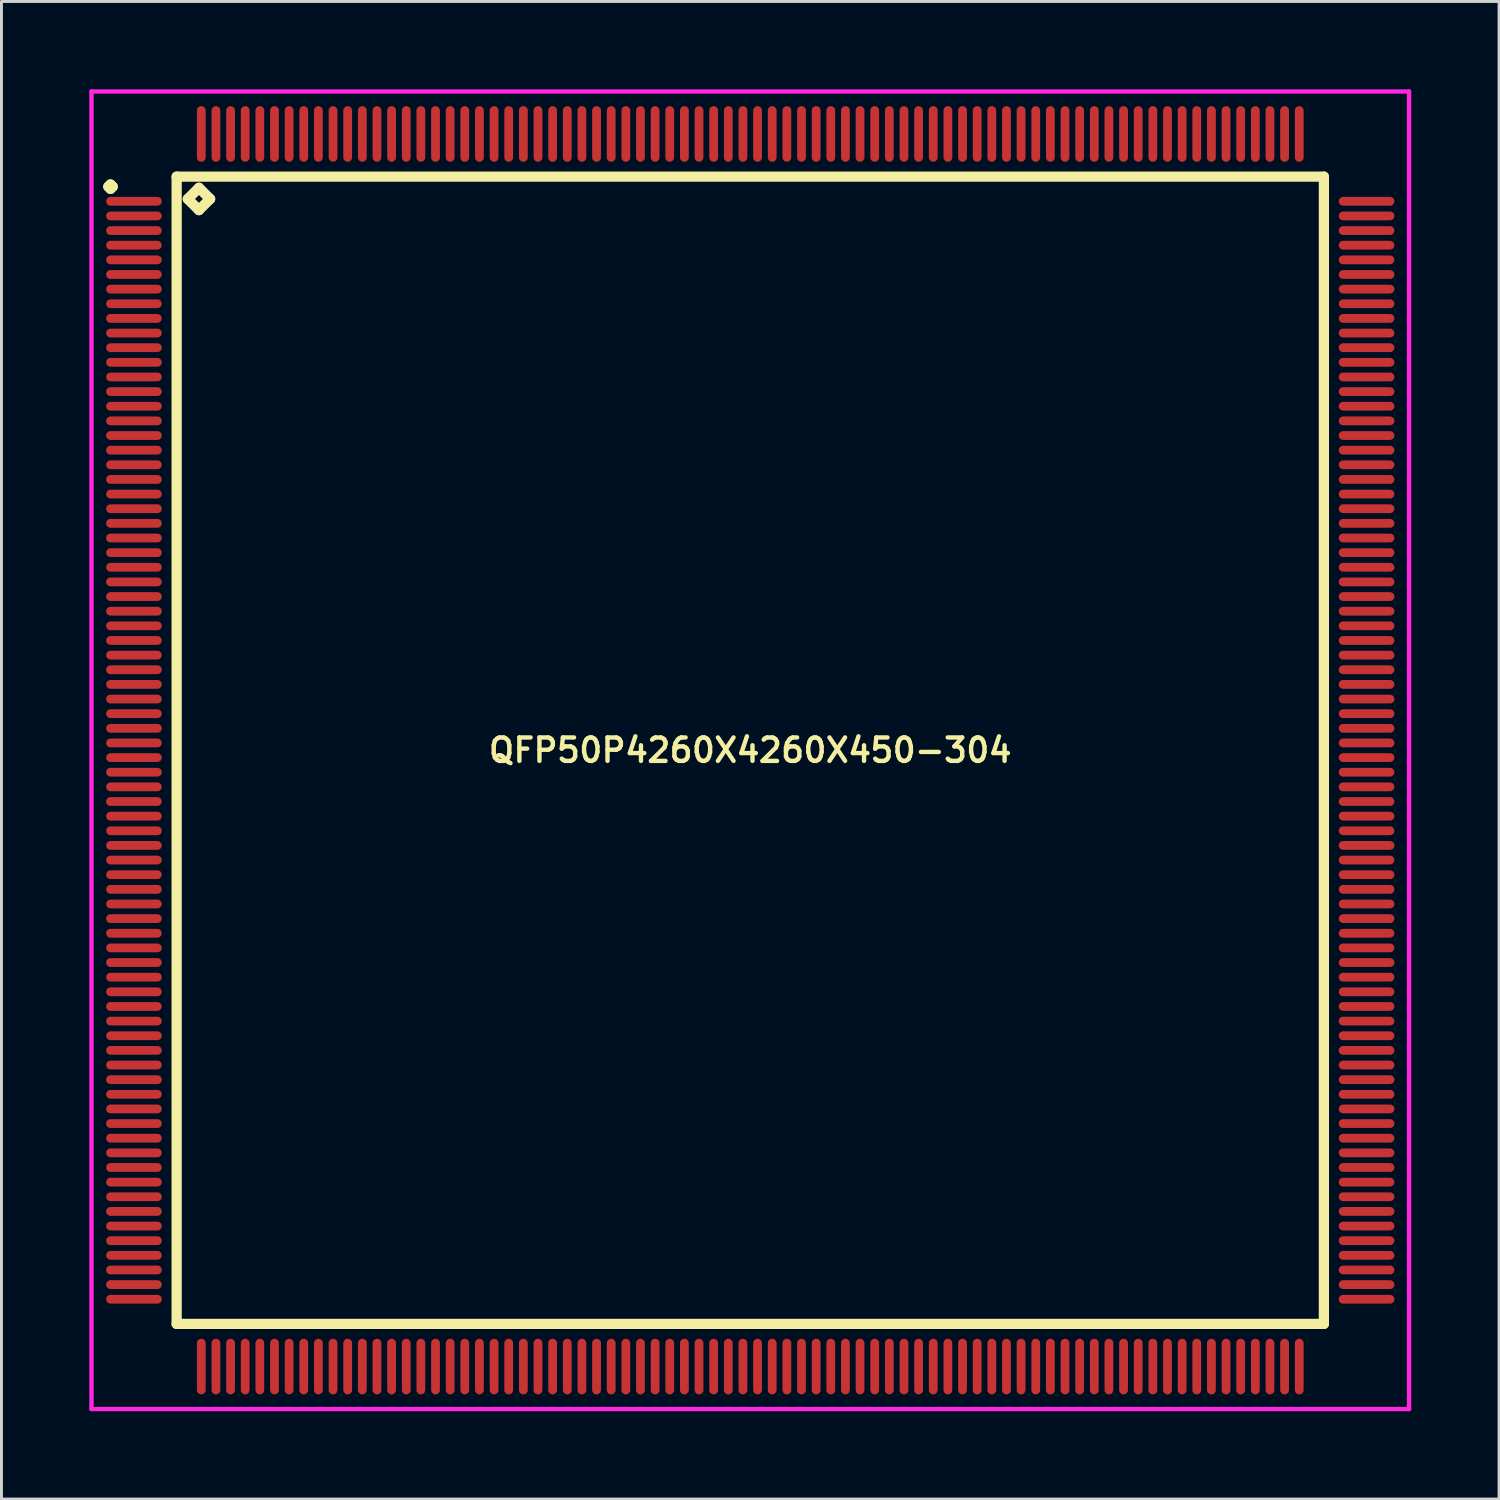
<source format=kicad_pcb>
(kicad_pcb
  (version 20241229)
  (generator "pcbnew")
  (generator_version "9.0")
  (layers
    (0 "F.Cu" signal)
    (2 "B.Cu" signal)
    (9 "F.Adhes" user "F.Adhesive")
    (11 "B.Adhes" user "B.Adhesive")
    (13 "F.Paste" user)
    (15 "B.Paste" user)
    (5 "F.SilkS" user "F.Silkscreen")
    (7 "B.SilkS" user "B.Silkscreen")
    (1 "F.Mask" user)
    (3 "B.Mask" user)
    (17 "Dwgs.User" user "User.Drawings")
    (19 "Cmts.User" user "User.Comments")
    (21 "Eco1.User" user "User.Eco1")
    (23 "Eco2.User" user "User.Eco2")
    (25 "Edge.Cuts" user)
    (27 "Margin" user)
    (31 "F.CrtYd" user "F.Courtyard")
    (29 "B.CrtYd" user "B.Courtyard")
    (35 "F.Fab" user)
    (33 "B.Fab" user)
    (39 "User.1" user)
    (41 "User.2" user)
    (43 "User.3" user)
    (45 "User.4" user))
  (footprint "QFP50P4260X4260X450-304"
    (layer "F.Cu")
    (at 22.575 22.575)
    (property "Reference" "QFP50P4260X4260X450-304" (at 0 0 0) (layer "F.SilkS") (effects (font (size 0.8 0.8) (thickness 0.15))))
    (attr through_hole)
    (fp_line (start -21.925 -19.25) (end -21.85 -19.325) (stroke (width 0.35) (type solid)) (layer "F.SilkS"))
    (fp_line (start -21.85 -19.325) (end -21.775 -19.25) (stroke (width 0.35) (type solid)) (layer "F.SilkS"))
    (fp_line (start -21.85 -19.175) (end -21.925 -19.25) (stroke (width 0.35) (type solid)) (layer "F.SilkS"))
    (fp_line (start -21.775 -19.25) (end -21.85 -19.175) (stroke (width 0.35) (type solid)) (layer "F.SilkS"))
    (fp_line (start -19.592 -19.592) (end -19.592 19.592) (stroke (width 0.35) (type solid)) (layer "F.SilkS"))
    (fp_line (start -19.592 19.592) (end 19.592 19.592) (stroke (width 0.35) (type solid)) (layer "F.SilkS"))
    (fp_line (start -19.211 -18.83) (end -18.83 -19.211) (stroke (width 0.35) (type solid)) (layer "F.SilkS"))
    (fp_line (start -18.83 -19.211) (end -18.449 -18.83) (stroke (width 0.35) (type solid)) (layer "F.SilkS"))
    (fp_line (start -18.83 -18.449) (end -19.211 -18.83) (stroke (width 0.35) (type solid)) (layer "F.SilkS"))
    (fp_line (start -18.449 -18.83) (end -18.83 -18.449) (stroke (width 0.35) (type solid)) (layer "F.SilkS"))
    (fp_line (start 19.592 -19.592) (end -19.592 -19.592) (stroke (width 0.35) (type solid)) (layer "F.SilkS"))
    (fp_line (start 19.592 19.592) (end 19.592 -19.592) (stroke (width 0.35) (type solid)) (layer "F.SilkS"))
    (fp_line (start -22.5 -22.5) (end 22.5 -22.5) (stroke (width 0.15) (type solid)) (layer "F.CrtYd"))
    (fp_line (start -22.5 22.5) (end -22.5 -22.5) (stroke (width 0.15) (type solid)) (layer "F.CrtYd"))
    (fp_line (start 22.5 -22.5) (end 22.5 22.5) (stroke (width 0.15) (type solid)) (layer "F.CrtYd"))
    (fp_line (start 22.5 22.5) (end -22.5 22.5) (stroke (width 0.15) (type solid)) (layer "F.CrtYd"))
    (pad "1" smd oval (at -21.05 -18.75) (size 1.9 0.3) (layers "F.Cu" "F.Mask" "F.Paste"))
    (pad "2" smd oval (at -21.05 -18.25) (size 1.9 0.3) (layers "F.Cu" "F.Mask" "F.Paste"))
    (pad "3" smd oval (at -21.05 -17.75) (size 1.9 0.3) (layers "F.Cu" "F.Mask" "F.Paste"))
    (pad "4" smd oval (at -21.05 -17.25) (size 1.9 0.3) (layers "F.Cu" "F.Mask" "F.Paste"))
    (pad "5" smd oval (at -21.05 -16.75) (size 1.9 0.3) (layers "F.Cu" "F.Mask" "F.Paste"))
    (pad "6" smd oval (at -21.05 -16.25) (size 1.9 0.3) (layers "F.Cu" "F.Mask" "F.Paste"))
    (pad "7" smd oval (at -21.05 -15.75) (size 1.9 0.3) (layers "F.Cu" "F.Mask" "F.Paste"))
    (pad "8" smd oval (at -21.05 -15.25) (size 1.9 0.3) (layers "F.Cu" "F.Mask" "F.Paste"))
    (pad "9" smd oval (at -21.05 -14.75) (size 1.9 0.3) (layers "F.Cu" "F.Mask" "F.Paste"))
    (pad "10" smd oval (at -21.05 -14.25) (size 1.9 0.3) (layers "F.Cu" "F.Mask" "F.Paste"))
    (pad "11" smd oval (at -21.05 -13.75) (size 1.9 0.3) (layers "F.Cu" "F.Mask" "F.Paste"))
    (pad "12" smd oval (at -21.05 -13.25) (size 1.9 0.3) (layers "F.Cu" "F.Mask" "F.Paste"))
    (pad "13" smd oval (at -21.05 -12.75) (size 1.9 0.3) (layers "F.Cu" "F.Mask" "F.Paste"))
    (pad "14" smd oval (at -21.05 -12.25) (size 1.9 0.3) (layers "F.Cu" "F.Mask" "F.Paste"))
    (pad "15" smd oval (at -21.05 -11.75) (size 1.9 0.3) (layers "F.Cu" "F.Mask" "F.Paste"))
    (pad "16" smd oval (at -21.05 -11.25) (size 1.9 0.3) (layers "F.Cu" "F.Mask" "F.Paste"))
    (pad "17" smd oval (at -21.05 -10.75) (size 1.9 0.3) (layers "F.Cu" "F.Mask" "F.Paste"))
    (pad "18" smd oval (at -21.05 -10.25) (size 1.9 0.3) (layers "F.Cu" "F.Mask" "F.Paste"))
    (pad "19" smd oval (at -21.05 -9.75) (size 1.9 0.3) (layers "F.Cu" "F.Mask" "F.Paste"))
    (pad "20" smd oval (at -21.05 -9.25) (size 1.9 0.3) (layers "F.Cu" "F.Mask" "F.Paste"))
    (pad "21" smd oval (at -21.05 -8.75) (size 1.9 0.3) (layers "F.Cu" "F.Mask" "F.Paste"))
    (pad "22" smd oval (at -21.05 -8.25) (size 1.9 0.3) (layers "F.Cu" "F.Mask" "F.Paste"))
    (pad "23" smd oval (at -21.05 -7.75) (size 1.9 0.3) (layers "F.Cu" "F.Mask" "F.Paste"))
    (pad "24" smd oval (at -21.05 -7.25) (size 1.9 0.3) (layers "F.Cu" "F.Mask" "F.Paste"))
    (pad "25" smd oval (at -21.05 -6.75) (size 1.9 0.3) (layers "F.Cu" "F.Mask" "F.Paste"))
    (pad "26" smd oval (at -21.05 -6.25) (size 1.9 0.3) (layers "F.Cu" "F.Mask" "F.Paste"))
    (pad "27" smd oval (at -21.05 -5.75) (size 1.9 0.3) (layers "F.Cu" "F.Mask" "F.Paste"))
    (pad "28" smd oval (at -21.05 -5.25) (size 1.9 0.3) (layers "F.Cu" "F.Mask" "F.Paste"))
    (pad "29" smd oval (at -21.05 -4.75) (size 1.9 0.3) (layers "F.Cu" "F.Mask" "F.Paste"))
    (pad "30" smd oval (at -21.05 -4.25) (size 1.9 0.3) (layers "F.Cu" "F.Mask" "F.Paste"))
    (pad "31" smd oval (at -21.05 -3.75) (size 1.9 0.3) (layers "F.Cu" "F.Mask" "F.Paste"))
    (pad "32" smd oval (at -21.05 -3.25) (size 1.9 0.3) (layers "F.Cu" "F.Mask" "F.Paste"))
    (pad "33" smd oval (at -21.05 -2.75) (size 1.9 0.3) (layers "F.Cu" "F.Mask" "F.Paste"))
    (pad "34" smd oval (at -21.05 -2.25) (size 1.9 0.3) (layers "F.Cu" "F.Mask" "F.Paste"))
    (pad "35" smd oval (at -21.05 -1.75) (size 1.9 0.3) (layers "F.Cu" "F.Mask" "F.Paste"))
    (pad "36" smd oval (at -21.05 -1.25) (size 1.9 0.3) (layers "F.Cu" "F.Mask" "F.Paste"))
    (pad "37" smd oval (at -21.05 -0.75) (size 1.9 0.3) (layers "F.Cu" "F.Mask" "F.Paste"))
    (pad "38" smd oval (at -21.05 -0.25) (size 1.9 0.3) (layers "F.Cu" "F.Mask" "F.Paste"))
    (pad "39" smd oval (at -21.05 0.25) (size 1.9 0.3) (layers "F.Cu" "F.Mask" "F.Paste"))
    (pad "40" smd oval (at -21.05 0.75) (size 1.9 0.3) (layers "F.Cu" "F.Mask" "F.Paste"))
    (pad "41" smd oval (at -21.05 1.25) (size 1.9 0.3) (layers "F.Cu" "F.Mask" "F.Paste"))
    (pad "42" smd oval (at -21.05 1.75) (size 1.9 0.3) (layers "F.Cu" "F.Mask" "F.Paste"))
    (pad "43" smd oval (at -21.05 2.25) (size 1.9 0.3) (layers "F.Cu" "F.Mask" "F.Paste"))
    (pad "44" smd oval (at -21.05 2.75) (size 1.9 0.3) (layers "F.Cu" "F.Mask" "F.Paste"))
    (pad "45" smd oval (at -21.05 3.25) (size 1.9 0.3) (layers "F.Cu" "F.Mask" "F.Paste"))
    (pad "46" smd oval (at -21.05 3.75) (size 1.9 0.3) (layers "F.Cu" "F.Mask" "F.Paste"))
    (pad "47" smd oval (at -21.05 4.25) (size 1.9 0.3) (layers "F.Cu" "F.Mask" "F.Paste"))
    (pad "48" smd oval (at -21.05 4.75) (size 1.9 0.3) (layers "F.Cu" "F.Mask" "F.Paste"))
    (pad "49" smd oval (at -21.05 5.25) (size 1.9 0.3) (layers "F.Cu" "F.Mask" "F.Paste"))
    (pad "50" smd oval (at -21.05 5.75) (size 1.9 0.3) (layers "F.Cu" "F.Mask" "F.Paste"))
    (pad "51" smd oval (at -21.05 6.25) (size 1.9 0.3) (layers "F.Cu" "F.Mask" "F.Paste"))
    (pad "52" smd oval (at -21.05 6.75) (size 1.9 0.3) (layers "F.Cu" "F.Mask" "F.Paste"))
    (pad "53" smd oval (at -21.05 7.25) (size 1.9 0.3) (layers "F.Cu" "F.Mask" "F.Paste"))
    (pad "54" smd oval (at -21.05 7.75) (size 1.9 0.3) (layers "F.Cu" "F.Mask" "F.Paste"))
    (pad "55" smd oval (at -21.05 8.25) (size 1.9 0.3) (layers "F.Cu" "F.Mask" "F.Paste"))
    (pad "56" smd oval (at -21.05 8.75) (size 1.9 0.3) (layers "F.Cu" "F.Mask" "F.Paste"))
    (pad "57" smd oval (at -21.05 9.25) (size 1.9 0.3) (layers "F.Cu" "F.Mask" "F.Paste"))
    (pad "58" smd oval (at -21.05 9.75) (size 1.9 0.3) (layers "F.Cu" "F.Mask" "F.Paste"))
    (pad "59" smd oval (at -21.05 10.25) (size 1.9 0.3) (layers "F.Cu" "F.Mask" "F.Paste"))
    (pad "60" smd oval (at -21.05 10.75) (size 1.9 0.3) (layers "F.Cu" "F.Mask" "F.Paste"))
    (pad "61" smd oval (at -21.05 11.25) (size 1.9 0.3) (layers "F.Cu" "F.Mask" "F.Paste"))
    (pad "62" smd oval (at -21.05 11.75) (size 1.9 0.3) (layers "F.Cu" "F.Mask" "F.Paste"))
    (pad "63" smd oval (at -21.05 12.25) (size 1.9 0.3) (layers "F.Cu" "F.Mask" "F.Paste"))
    (pad "64" smd oval (at -21.05 12.75) (size 1.9 0.3) (layers "F.Cu" "F.Mask" "F.Paste"))
    (pad "65" smd oval (at -21.05 13.25) (size 1.9 0.3) (layers "F.Cu" "F.Mask" "F.Paste"))
    (pad "66" smd oval (at -21.05 13.75) (size 1.9 0.3) (layers "F.Cu" "F.Mask" "F.Paste"))
    (pad "67" smd oval (at -21.05 14.25) (size 1.9 0.3) (layers "F.Cu" "F.Mask" "F.Paste"))
    (pad "68" smd oval (at -21.05 14.75) (size 1.9 0.3) (layers "F.Cu" "F.Mask" "F.Paste"))
    (pad "69" smd oval (at -21.05 15.25) (size 1.9 0.3) (layers "F.Cu" "F.Mask" "F.Paste"))
    (pad "70" smd oval (at -21.05 15.75) (size 1.9 0.3) (layers "F.Cu" "F.Mask" "F.Paste"))
    (pad "71" smd oval (at -21.05 16.25) (size 1.9 0.3) (layers "F.Cu" "F.Mask" "F.Paste"))
    (pad "72" smd oval (at -21.05 16.75) (size 1.9 0.3) (layers "F.Cu" "F.Mask" "F.Paste"))
    (pad "73" smd oval (at -21.05 17.25) (size 1.9 0.3) (layers "F.Cu" "F.Mask" "F.Paste"))
    (pad "74" smd oval (at -21.05 17.75) (size 1.9 0.3) (layers "F.Cu" "F.Mask" "F.Paste"))
    (pad "75" smd oval (at -21.05 18.25) (size 1.9 0.3) (layers "F.Cu" "F.Mask" "F.Paste"))
    (pad "76" smd oval (at -21.05 18.75) (size 1.9 0.3) (layers "F.Cu" "F.Mask" "F.Paste"))
    (pad "77" smd oval (at -18.75 21.05) (size 0.3 1.9) (layers "F.Cu" "F.Mask" "F.Paste"))
    (pad "78" smd oval (at -18.25 21.05) (size 0.3 1.9) (layers "F.Cu" "F.Mask" "F.Paste"))
    (pad "79" smd oval (at -17.75 21.05) (size 0.3 1.9) (layers "F.Cu" "F.Mask" "F.Paste"))
    (pad "80" smd oval (at -17.25 21.05) (size 0.3 1.9) (layers "F.Cu" "F.Mask" "F.Paste"))
    (pad "81" smd oval (at -16.75 21.05) (size 0.3 1.9) (layers "F.Cu" "F.Mask" "F.Paste"))
    (pad "82" smd oval (at -16.25 21.05) (size 0.3 1.9) (layers "F.Cu" "F.Mask" "F.Paste"))
    (pad "83" smd oval (at -15.75 21.05) (size 0.3 1.9) (layers "F.Cu" "F.Mask" "F.Paste"))
    (pad "84" smd oval (at -15.25 21.05) (size 0.3 1.9) (layers "F.Cu" "F.Mask" "F.Paste"))
    (pad "85" smd oval (at -14.75 21.05) (size 0.3 1.9) (layers "F.Cu" "F.Mask" "F.Paste"))
    (pad "86" smd oval (at -14.25 21.05) (size 0.3 1.9) (layers "F.Cu" "F.Mask" "F.Paste"))
    (pad "87" smd oval (at -13.75 21.05) (size 0.3 1.9) (layers "F.Cu" "F.Mask" "F.Paste"))
    (pad "88" smd oval (at -13.25 21.05) (size 0.3 1.9) (layers "F.Cu" "F.Mask" "F.Paste"))
    (pad "89" smd oval (at -12.75 21.05) (size 0.3 1.9) (layers "F.Cu" "F.Mask" "F.Paste"))
    (pad "90" smd oval (at -12.25 21.05) (size 0.3 1.9) (layers "F.Cu" "F.Mask" "F.Paste"))
    (pad "91" smd oval (at -11.75 21.05) (size 0.3 1.9) (layers "F.Cu" "F.Mask" "F.Paste"))
    (pad "92" smd oval (at -11.25 21.05) (size 0.3 1.9) (layers "F.Cu" "F.Mask" "F.Paste"))
    (pad "93" smd oval (at -10.75 21.05) (size 0.3 1.9) (layers "F.Cu" "F.Mask" "F.Paste"))
    (pad "94" smd oval (at -10.25 21.05) (size 0.3 1.9) (layers "F.Cu" "F.Mask" "F.Paste"))
    (pad "95" smd oval (at -9.75 21.05) (size 0.3 1.9) (layers "F.Cu" "F.Mask" "F.Paste"))
    (pad "96" smd oval (at -9.25 21.05) (size 0.3 1.9) (layers "F.Cu" "F.Mask" "F.Paste"))
    (pad "97" smd oval (at -8.75 21.05) (size 0.3 1.9) (layers "F.Cu" "F.Mask" "F.Paste"))
    (pad "98" smd oval (at -8.25 21.05) (size 0.3 1.9) (layers "F.Cu" "F.Mask" "F.Paste"))
    (pad "99" smd oval (at -7.75 21.05) (size 0.3 1.9) (layers "F.Cu" "F.Mask" "F.Paste"))
    (pad "100" smd oval (at -7.25 21.05) (size 0.3 1.9) (layers "F.Cu" "F.Mask" "F.Paste"))
    (pad "101" smd oval (at -6.75 21.05) (size 0.3 1.9) (layers "F.Cu" "F.Mask" "F.Paste"))
    (pad "102" smd oval (at -6.25 21.05) (size 0.3 1.9) (layers "F.Cu" "F.Mask" "F.Paste"))
    (pad "103" smd oval (at -5.75 21.05) (size 0.3 1.9) (layers "F.Cu" "F.Mask" "F.Paste"))
    (pad "104" smd oval (at -5.25 21.05) (size 0.3 1.9) (layers "F.Cu" "F.Mask" "F.Paste"))
    (pad "105" smd oval (at -4.75 21.05) (size 0.3 1.9) (layers "F.Cu" "F.Mask" "F.Paste"))
    (pad "106" smd oval (at -4.25 21.05) (size 0.3 1.9) (layers "F.Cu" "F.Mask" "F.Paste"))
    (pad "107" smd oval (at -3.75 21.05) (size 0.3 1.9) (layers "F.Cu" "F.Mask" "F.Paste"))
    (pad "108" smd oval (at -3.25 21.05) (size 0.3 1.9) (layers "F.Cu" "F.Mask" "F.Paste"))
    (pad "109" smd oval (at -2.75 21.05) (size 0.3 1.9) (layers "F.Cu" "F.Mask" "F.Paste"))
    (pad "110" smd oval (at -2.25 21.05) (size 0.3 1.9) (layers "F.Cu" "F.Mask" "F.Paste"))
    (pad "111" smd oval (at -1.75 21.05) (size 0.3 1.9) (layers "F.Cu" "F.Mask" "F.Paste"))
    (pad "112" smd oval (at -1.25 21.05) (size 0.3 1.9) (layers "F.Cu" "F.Mask" "F.Paste"))
    (pad "113" smd oval (at -0.75 21.05) (size 0.3 1.9) (layers "F.Cu" "F.Mask" "F.Paste"))
    (pad "114" smd oval (at -0.25 21.05) (size 0.3 1.9) (layers "F.Cu" "F.Mask" "F.Paste"))
    (pad "115" smd oval (at 0.25 21.05) (size 0.3 1.9) (layers "F.Cu" "F.Mask" "F.Paste"))
    (pad "116" smd oval (at 0.75 21.05) (size 0.3 1.9) (layers "F.Cu" "F.Mask" "F.Paste"))
    (pad "117" smd oval (at 1.25 21.05) (size 0.3 1.9) (layers "F.Cu" "F.Mask" "F.Paste"))
    (pad "118" smd oval (at 1.75 21.05) (size 0.3 1.9) (layers "F.Cu" "F.Mask" "F.Paste"))
    (pad "119" smd oval (at 2.25 21.05) (size 0.3 1.9) (layers "F.Cu" "F.Mask" "F.Paste"))
    (pad "120" smd oval (at 2.75 21.05) (size 0.3 1.9) (layers "F.Cu" "F.Mask" "F.Paste"))
    (pad "121" smd oval (at 3.25 21.05) (size 0.3 1.9) (layers "F.Cu" "F.Mask" "F.Paste"))
    (pad "122" smd oval (at 3.75 21.05) (size 0.3 1.9) (layers "F.Cu" "F.Mask" "F.Paste"))
    (pad "123" smd oval (at 4.25 21.05) (size 0.3 1.9) (layers "F.Cu" "F.Mask" "F.Paste"))
    (pad "124" smd oval (at 4.75 21.05) (size 0.3 1.9) (layers "F.Cu" "F.Mask" "F.Paste"))
    (pad "125" smd oval (at 5.25 21.05) (size 0.3 1.9) (layers "F.Cu" "F.Mask" "F.Paste"))
    (pad "126" smd oval (at 5.75 21.05) (size 0.3 1.9) (layers "F.Cu" "F.Mask" "F.Paste"))
    (pad "127" smd oval (at 6.25 21.05) (size 0.3 1.9) (layers "F.Cu" "F.Mask" "F.Paste"))
    (pad "128" smd oval (at 6.75 21.05) (size 0.3 1.9) (layers "F.Cu" "F.Mask" "F.Paste"))
    (pad "129" smd oval (at 7.25 21.05) (size 0.3 1.9) (layers "F.Cu" "F.Mask" "F.Paste"))
    (pad "130" smd oval (at 7.75 21.05) (size 0.3 1.9) (layers "F.Cu" "F.Mask" "F.Paste"))
    (pad "131" smd oval (at 8.25 21.05) (size 0.3 1.9) (layers "F.Cu" "F.Mask" "F.Paste"))
    (pad "132" smd oval (at 8.75 21.05) (size 0.3 1.9) (layers "F.Cu" "F.Mask" "F.Paste"))
    (pad "133" smd oval (at 9.25 21.05) (size 0.3 1.9) (layers "F.Cu" "F.Mask" "F.Paste"))
    (pad "134" smd oval (at 9.75 21.05) (size 0.3 1.9) (layers "F.Cu" "F.Mask" "F.Paste"))
    (pad "135" smd oval (at 10.25 21.05) (size 0.3 1.9) (layers "F.Cu" "F.Mask" "F.Paste"))
    (pad "136" smd oval (at 10.75 21.05) (size 0.3 1.9) (layers "F.Cu" "F.Mask" "F.Paste"))
    (pad "137" smd oval (at 11.25 21.05) (size 0.3 1.9) (layers "F.Cu" "F.Mask" "F.Paste"))
    (pad "138" smd oval (at 11.75 21.05) (size 0.3 1.9) (layers "F.Cu" "F.Mask" "F.Paste"))
    (pad "139" smd oval (at 12.25 21.05) (size 0.3 1.9) (layers "F.Cu" "F.Mask" "F.Paste"))
    (pad "140" smd oval (at 12.75 21.05) (size 0.3 1.9) (layers "F.Cu" "F.Mask" "F.Paste"))
    (pad "141" smd oval (at 13.25 21.05) (size 0.3 1.9) (layers "F.Cu" "F.Mask" "F.Paste"))
    (pad "142" smd oval (at 13.75 21.05) (size 0.3 1.9) (layers "F.Cu" "F.Mask" "F.Paste"))
    (pad "143" smd oval (at 14.25 21.05) (size 0.3 1.9) (layers "F.Cu" "F.Mask" "F.Paste"))
    (pad "144" smd oval (at 14.75 21.05) (size 0.3 1.9) (layers "F.Cu" "F.Mask" "F.Paste"))
    (pad "145" smd oval (at 15.25 21.05) (size 0.3 1.9) (layers "F.Cu" "F.Mask" "F.Paste"))
    (pad "146" smd oval (at 15.75 21.05) (size 0.3 1.9) (layers "F.Cu" "F.Mask" "F.Paste"))
    (pad "147" smd oval (at 16.25 21.05) (size 0.3 1.9) (layers "F.Cu" "F.Mask" "F.Paste"))
    (pad "148" smd oval (at 16.75 21.05) (size 0.3 1.9) (layers "F.Cu" "F.Mask" "F.Paste"))
    (pad "149" smd oval (at 17.25 21.05) (size 0.3 1.9) (layers "F.Cu" "F.Mask" "F.Paste"))
    (pad "150" smd oval (at 17.75 21.05) (size 0.3 1.9) (layers "F.Cu" "F.Mask" "F.Paste"))
    (pad "151" smd oval (at 18.25 21.05) (size 0.3 1.9) (layers "F.Cu" "F.Mask" "F.Paste"))
    (pad "152" smd oval (at 18.75 21.05) (size 0.3 1.9) (layers "F.Cu" "F.Mask" "F.Paste"))
    (pad "153" smd oval (at 21.05 18.75) (size 1.9 0.3) (layers "F.Cu" "F.Mask" "F.Paste"))
    (pad "154" smd oval (at 21.05 18.25) (size 1.9 0.3) (layers "F.Cu" "F.Mask" "F.Paste"))
    (pad "155" smd oval (at 21.05 17.75) (size 1.9 0.3) (layers "F.Cu" "F.Mask" "F.Paste"))
    (pad "156" smd oval (at 21.05 17.25) (size 1.9 0.3) (layers "F.Cu" "F.Mask" "F.Paste"))
    (pad "157" smd oval (at 21.05 16.75) (size 1.9 0.3) (layers "F.Cu" "F.Mask" "F.Paste"))
    (pad "158" smd oval (at 21.05 16.25) (size 1.9 0.3) (layers "F.Cu" "F.Mask" "F.Paste"))
    (pad "159" smd oval (at 21.05 15.75) (size 1.9 0.3) (layers "F.Cu" "F.Mask" "F.Paste"))
    (pad "160" smd oval (at 21.05 15.25) (size 1.9 0.3) (layers "F.Cu" "F.Mask" "F.Paste"))
    (pad "161" smd oval (at 21.05 14.75) (size 1.9 0.3) (layers "F.Cu" "F.Mask" "F.Paste"))
    (pad "162" smd oval (at 21.05 14.25) (size 1.9 0.3) (layers "F.Cu" "F.Mask" "F.Paste"))
    (pad "163" smd oval (at 21.05 13.75) (size 1.9 0.3) (layers "F.Cu" "F.Mask" "F.Paste"))
    (pad "164" smd oval (at 21.05 13.25) (size 1.9 0.3) (layers "F.Cu" "F.Mask" "F.Paste"))
    (pad "165" smd oval (at 21.05 12.75) (size 1.9 0.3) (layers "F.Cu" "F.Mask" "F.Paste"))
    (pad "166" smd oval (at 21.05 12.25) (size 1.9 0.3) (layers "F.Cu" "F.Mask" "F.Paste"))
    (pad "167" smd oval (at 21.05 11.75) (size 1.9 0.3) (layers "F.Cu" "F.Mask" "F.Paste"))
    (pad "168" smd oval (at 21.05 11.25) (size 1.9 0.3) (layers "F.Cu" "F.Mask" "F.Paste"))
    (pad "169" smd oval (at 21.05 10.75) (size 1.9 0.3) (layers "F.Cu" "F.Mask" "F.Paste"))
    (pad "170" smd oval (at 21.05 10.25) (size 1.9 0.3) (layers "F.Cu" "F.Mask" "F.Paste"))
    (pad "171" smd oval (at 21.05 9.75) (size 1.9 0.3) (layers "F.Cu" "F.Mask" "F.Paste"))
    (pad "172" smd oval (at 21.05 9.25) (size 1.9 0.3) (layers "F.Cu" "F.Mask" "F.Paste"))
    (pad "173" smd oval (at 21.05 8.75) (size 1.9 0.3) (layers "F.Cu" "F.Mask" "F.Paste"))
    (pad "174" smd oval (at 21.05 8.25) (size 1.9 0.3) (layers "F.Cu" "F.Mask" "F.Paste"))
    (pad "175" smd oval (at 21.05 7.75) (size 1.9 0.3) (layers "F.Cu" "F.Mask" "F.Paste"))
    (pad "176" smd oval (at 21.05 7.25) (size 1.9 0.3) (layers "F.Cu" "F.Mask" "F.Paste"))
    (pad "177" smd oval (at 21.05 6.75) (size 1.9 0.3) (layers "F.Cu" "F.Mask" "F.Paste"))
    (pad "178" smd oval (at 21.05 6.25) (size 1.9 0.3) (layers "F.Cu" "F.Mask" "F.Paste"))
    (pad "179" smd oval (at 21.05 5.75) (size 1.9 0.3) (layers "F.Cu" "F.Mask" "F.Paste"))
    (pad "180" smd oval (at 21.05 5.25) (size 1.9 0.3) (layers "F.Cu" "F.Mask" "F.Paste"))
    (pad "181" smd oval (at 21.05 4.75) (size 1.9 0.3) (layers "F.Cu" "F.Mask" "F.Paste"))
    (pad "182" smd oval (at 21.05 4.25) (size 1.9 0.3) (layers "F.Cu" "F.Mask" "F.Paste"))
    (pad "183" smd oval (at 21.05 3.75) (size 1.9 0.3) (layers "F.Cu" "F.Mask" "F.Paste"))
    (pad "184" smd oval (at 21.05 3.25) (size 1.9 0.3) (layers "F.Cu" "F.Mask" "F.Paste"))
    (pad "185" smd oval (at 21.05 2.75) (size 1.9 0.3) (layers "F.Cu" "F.Mask" "F.Paste"))
    (pad "186" smd oval (at 21.05 2.25) (size 1.9 0.3) (layers "F.Cu" "F.Mask" "F.Paste"))
    (pad "187" smd oval (at 21.05 1.75) (size 1.9 0.3) (layers "F.Cu" "F.Mask" "F.Paste"))
    (pad "188" smd oval (at 21.05 1.25) (size 1.9 0.3) (layers "F.Cu" "F.Mask" "F.Paste"))
    (pad "189" smd oval (at 21.05 0.75) (size 1.9 0.3) (layers "F.Cu" "F.Mask" "F.Paste"))
    (pad "190" smd oval (at 21.05 0.25) (size 1.9 0.3) (layers "F.Cu" "F.Mask" "F.Paste"))
    (pad "191" smd oval (at 21.05 -0.25) (size 1.9 0.3) (layers "F.Cu" "F.Mask" "F.Paste"))
    (pad "192" smd oval (at 21.05 -0.75) (size 1.9 0.3) (layers "F.Cu" "F.Mask" "F.Paste"))
    (pad "193" smd oval (at 21.05 -1.25) (size 1.9 0.3) (layers "F.Cu" "F.Mask" "F.Paste"))
    (pad "194" smd oval (at 21.05 -1.75) (size 1.9 0.3) (layers "F.Cu" "F.Mask" "F.Paste"))
    (pad "195" smd oval (at 21.05 -2.25) (size 1.9 0.3) (layers "F.Cu" "F.Mask" "F.Paste"))
    (pad "196" smd oval (at 21.05 -2.75) (size 1.9 0.3) (layers "F.Cu" "F.Mask" "F.Paste"))
    (pad "197" smd oval (at 21.05 -3.25) (size 1.9 0.3) (layers "F.Cu" "F.Mask" "F.Paste"))
    (pad "198" smd oval (at 21.05 -3.75) (size 1.9 0.3) (layers "F.Cu" "F.Mask" "F.Paste"))
    (pad "199" smd oval (at 21.05 -4.25) (size 1.9 0.3) (layers "F.Cu" "F.Mask" "F.Paste"))
    (pad "200" smd oval (at 21.05 -4.75) (size 1.9 0.3) (layers "F.Cu" "F.Mask" "F.Paste"))
    (pad "201" smd oval (at 21.05 -5.25) (size 1.9 0.3) (layers "F.Cu" "F.Mask" "F.Paste"))
    (pad "202" smd oval (at 21.05 -5.75) (size 1.9 0.3) (layers "F.Cu" "F.Mask" "F.Paste"))
    (pad "203" smd oval (at 21.05 -6.25) (size 1.9 0.3) (layers "F.Cu" "F.Mask" "F.Paste"))
    (pad "204" smd oval (at 21.05 -6.75) (size 1.9 0.3) (layers "F.Cu" "F.Mask" "F.Paste"))
    (pad "205" smd oval (at 21.05 -7.25) (size 1.9 0.3) (layers "F.Cu" "F.Mask" "F.Paste"))
    (pad "206" smd oval (at 21.05 -7.75) (size 1.9 0.3) (layers "F.Cu" "F.Mask" "F.Paste"))
    (pad "207" smd oval (at 21.05 -8.25) (size 1.9 0.3) (layers "F.Cu" "F.Mask" "F.Paste"))
    (pad "208" smd oval (at 21.05 -8.75) (size 1.9 0.3) (layers "F.Cu" "F.Mask" "F.Paste"))
    (pad "209" smd oval (at 21.05 -9.25) (size 1.9 0.3) (layers "F.Cu" "F.Mask" "F.Paste"))
    (pad "210" smd oval (at 21.05 -9.75) (size 1.9 0.3) (layers "F.Cu" "F.Mask" "F.Paste"))
    (pad "211" smd oval (at 21.05 -10.25) (size 1.9 0.3) (layers "F.Cu" "F.Mask" "F.Paste"))
    (pad "212" smd oval (at 21.05 -10.75) (size 1.9 0.3) (layers "F.Cu" "F.Mask" "F.Paste"))
    (pad "213" smd oval (at 21.05 -11.25) (size 1.9 0.3) (layers "F.Cu" "F.Mask" "F.Paste"))
    (pad "214" smd oval (at 21.05 -11.75) (size 1.9 0.3) (layers "F.Cu" "F.Mask" "F.Paste"))
    (pad "215" smd oval (at 21.05 -12.25) (size 1.9 0.3) (layers "F.Cu" "F.Mask" "F.Paste"))
    (pad "216" smd oval (at 21.05 -12.75) (size 1.9 0.3) (layers "F.Cu" "F.Mask" "F.Paste"))
    (pad "217" smd oval (at 21.05 -13.25) (size 1.9 0.3) (layers "F.Cu" "F.Mask" "F.Paste"))
    (pad "218" smd oval (at 21.05 -13.75) (size 1.9 0.3) (layers "F.Cu" "F.Mask" "F.Paste"))
    (pad "219" smd oval (at 21.05 -14.25) (size 1.9 0.3) (layers "F.Cu" "F.Mask" "F.Paste"))
    (pad "220" smd oval (at 21.05 -14.75) (size 1.9 0.3) (layers "F.Cu" "F.Mask" "F.Paste"))
    (pad "221" smd oval (at 21.05 -15.25) (size 1.9 0.3) (layers "F.Cu" "F.Mask" "F.Paste"))
    (pad "222" smd oval (at 21.05 -15.75) (size 1.9 0.3) (layers "F.Cu" "F.Mask" "F.Paste"))
    (pad "223" smd oval (at 21.05 -16.25) (size 1.9 0.3) (layers "F.Cu" "F.Mask" "F.Paste"))
    (pad "224" smd oval (at 21.05 -16.75) (size 1.9 0.3) (layers "F.Cu" "F.Mask" "F.Paste"))
    (pad "225" smd oval (at 21.05 -17.25) (size 1.9 0.3) (layers "F.Cu" "F.Mask" "F.Paste"))
    (pad "226" smd oval (at 21.05 -17.75) (size 1.9 0.3) (layers "F.Cu" "F.Mask" "F.Paste"))
    (pad "227" smd oval (at 21.05 -18.25) (size 1.9 0.3) (layers "F.Cu" "F.Mask" "F.Paste"))
    (pad "228" smd oval (at 21.05 -18.75) (size 1.9 0.3) (layers "F.Cu" "F.Mask" "F.Paste"))
    (pad "229" smd oval (at 18.75 -21.05) (size 0.3 1.9) (layers "F.Cu" "F.Mask" "F.Paste"))
    (pad "230" smd oval (at 18.25 -21.05) (size 0.3 1.9) (layers "F.Cu" "F.Mask" "F.Paste"))
    (pad "231" smd oval (at 17.75 -21.05) (size 0.3 1.9) (layers "F.Cu" "F.Mask" "F.Paste"))
    (pad "232" smd oval (at 17.25 -21.05) (size 0.3 1.9) (layers "F.Cu" "F.Mask" "F.Paste"))
    (pad "233" smd oval (at 16.75 -21.05) (size 0.3 1.9) (layers "F.Cu" "F.Mask" "F.Paste"))
    (pad "234" smd oval (at 16.25 -21.05) (size 0.3 1.9) (layers "F.Cu" "F.Mask" "F.Paste"))
    (pad "235" smd oval (at 15.75 -21.05) (size 0.3 1.9) (layers "F.Cu" "F.Mask" "F.Paste"))
    (pad "236" smd oval (at 15.25 -21.05) (size 0.3 1.9) (layers "F.Cu" "F.Mask" "F.Paste"))
    (pad "237" smd oval (at 14.75 -21.05) (size 0.3 1.9) (layers "F.Cu" "F.Mask" "F.Paste"))
    (pad "238" smd oval (at 14.25 -21.05) (size 0.3 1.9) (layers "F.Cu" "F.Mask" "F.Paste"))
    (pad "239" smd oval (at 13.75 -21.05) (size 0.3 1.9) (layers "F.Cu" "F.Mask" "F.Paste"))
    (pad "240" smd oval (at 13.25 -21.05) (size 0.3 1.9) (layers "F.Cu" "F.Mask" "F.Paste"))
    (pad "241" smd oval (at 12.75 -21.05) (size 0.3 1.9) (layers "F.Cu" "F.Mask" "F.Paste"))
    (pad "242" smd oval (at 12.25 -21.05) (size 0.3 1.9) (layers "F.Cu" "F.Mask" "F.Paste"))
    (pad "243" smd oval (at 11.75 -21.05) (size 0.3 1.9) (layers "F.Cu" "F.Mask" "F.Paste"))
    (pad "244" smd oval (at 11.25 -21.05) (size 0.3 1.9) (layers "F.Cu" "F.Mask" "F.Paste"))
    (pad "245" smd oval (at 10.75 -21.05) (size 0.3 1.9) (layers "F.Cu" "F.Mask" "F.Paste"))
    (pad "246" smd oval (at 10.25 -21.05) (size 0.3 1.9) (layers "F.Cu" "F.Mask" "F.Paste"))
    (pad "247" smd oval (at 9.75 -21.05) (size 0.3 1.9) (layers "F.Cu" "F.Mask" "F.Paste"))
    (pad "248" smd oval (at 9.25 -21.05) (size 0.3 1.9) (layers "F.Cu" "F.Mask" "F.Paste"))
    (pad "249" smd oval (at 8.75 -21.05) (size 0.3 1.9) (layers "F.Cu" "F.Mask" "F.Paste"))
    (pad "250" smd oval (at 8.25 -21.05) (size 0.3 1.9) (layers "F.Cu" "F.Mask" "F.Paste"))
    (pad "251" smd oval (at 7.75 -21.05) (size 0.3 1.9) (layers "F.Cu" "F.Mask" "F.Paste"))
    (pad "252" smd oval (at 7.25 -21.05) (size 0.3 1.9) (layers "F.Cu" "F.Mask" "F.Paste"))
    (pad "253" smd oval (at 6.75 -21.05) (size 0.3 1.9) (layers "F.Cu" "F.Mask" "F.Paste"))
    (pad "254" smd oval (at 6.25 -21.05) (size 0.3 1.9) (layers "F.Cu" "F.Mask" "F.Paste"))
    (pad "255" smd oval (at 5.75 -21.05) (size 0.3 1.9) (layers "F.Cu" "F.Mask" "F.Paste"))
    (pad "256" smd oval (at 5.25 -21.05) (size 0.3 1.9) (layers "F.Cu" "F.Mask" "F.Paste"))
    (pad "257" smd oval (at 4.75 -21.05) (size 0.3 1.9) (layers "F.Cu" "F.Mask" "F.Paste"))
    (pad "258" smd oval (at 4.25 -21.05) (size 0.3 1.9) (layers "F.Cu" "F.Mask" "F.Paste"))
    (pad "259" smd oval (at 3.75 -21.05) (size 0.3 1.9) (layers "F.Cu" "F.Mask" "F.Paste"))
    (pad "260" smd oval (at 3.25 -21.05) (size 0.3 1.9) (layers "F.Cu" "F.Mask" "F.Paste"))
    (pad "261" smd oval (at 2.75 -21.05) (size 0.3 1.9) (layers "F.Cu" "F.Mask" "F.Paste"))
    (pad "262" smd oval (at 2.25 -21.05) (size 0.3 1.9) (layers "F.Cu" "F.Mask" "F.Paste"))
    (pad "263" smd oval (at 1.75 -21.05) (size 0.3 1.9) (layers "F.Cu" "F.Mask" "F.Paste"))
    (pad "264" smd oval (at 1.25 -21.05) (size 0.3 1.9) (layers "F.Cu" "F.Mask" "F.Paste"))
    (pad "265" smd oval (at 0.75 -21.05) (size 0.3 1.9) (layers "F.Cu" "F.Mask" "F.Paste"))
    (pad "266" smd oval (at 0.25 -21.05) (size 0.3 1.9) (layers "F.Cu" "F.Mask" "F.Paste"))
    (pad "267" smd oval (at -0.25 -21.05) (size 0.3 1.9) (layers "F.Cu" "F.Mask" "F.Paste"))
    (pad "268" smd oval (at -0.75 -21.05) (size 0.3 1.9) (layers "F.Cu" "F.Mask" "F.Paste"))
    (pad "269" smd oval (at -1.25 -21.05) (size 0.3 1.9) (layers "F.Cu" "F.Mask" "F.Paste"))
    (pad "270" smd oval (at -1.75 -21.05) (size 0.3 1.9) (layers "F.Cu" "F.Mask" "F.Paste"))
    (pad "271" smd oval (at -2.25 -21.05) (size 0.3 1.9) (layers "F.Cu" "F.Mask" "F.Paste"))
    (pad "272" smd oval (at -2.75 -21.05) (size 0.3 1.9) (layers "F.Cu" "F.Mask" "F.Paste"))
    (pad "273" smd oval (at -3.25 -21.05) (size 0.3 1.9) (layers "F.Cu" "F.Mask" "F.Paste"))
    (pad "274" smd oval (at -3.75 -21.05) (size 0.3 1.9) (layers "F.Cu" "F.Mask" "F.Paste"))
    (pad "275" smd oval (at -4.25 -21.05) (size 0.3 1.9) (layers "F.Cu" "F.Mask" "F.Paste"))
    (pad "276" smd oval (at -4.75 -21.05) (size 0.3 1.9) (layers "F.Cu" "F.Mask" "F.Paste"))
    (pad "277" smd oval (at -5.25 -21.05) (size 0.3 1.9) (layers "F.Cu" "F.Mask" "F.Paste"))
    (pad "278" smd oval (at -5.75 -21.05) (size 0.3 1.9) (layers "F.Cu" "F.Mask" "F.Paste"))
    (pad "279" smd oval (at -6.25 -21.05) (size 0.3 1.9) (layers "F.Cu" "F.Mask" "F.Paste"))
    (pad "280" smd oval (at -6.75 -21.05) (size 0.3 1.9) (layers "F.Cu" "F.Mask" "F.Paste"))
    (pad "281" smd oval (at -7.25 -21.05) (size 0.3 1.9) (layers "F.Cu" "F.Mask" "F.Paste"))
    (pad "282" smd oval (at -7.75 -21.05) (size 0.3 1.9) (layers "F.Cu" "F.Mask" "F.Paste"))
    (pad "283" smd oval (at -8.25 -21.05) (size 0.3 1.9) (layers "F.Cu" "F.Mask" "F.Paste"))
    (pad "284" smd oval (at -8.75 -21.05) (size 0.3 1.9) (layers "F.Cu" "F.Mask" "F.Paste"))
    (pad "285" smd oval (at -9.25 -21.05) (size 0.3 1.9) (layers "F.Cu" "F.Mask" "F.Paste"))
    (pad "286" smd oval (at -9.75 -21.05) (size 0.3 1.9) (layers "F.Cu" "F.Mask" "F.Paste"))
    (pad "287" smd oval (at -10.25 -21.05) (size 0.3 1.9) (layers "F.Cu" "F.Mask" "F.Paste"))
    (pad "288" smd oval (at -10.75 -21.05) (size 0.3 1.9) (layers "F.Cu" "F.Mask" "F.Paste"))
    (pad "289" smd oval (at -11.25 -21.05) (size 0.3 1.9) (layers "F.Cu" "F.Mask" "F.Paste"))
    (pad "290" smd oval (at -11.75 -21.05) (size 0.3 1.9) (layers "F.Cu" "F.Mask" "F.Paste"))
    (pad "291" smd oval (at -12.25 -21.05) (size 0.3 1.9) (layers "F.Cu" "F.Mask" "F.Paste"))
    (pad "292" smd oval (at -12.75 -21.05) (size 0.3 1.9) (layers "F.Cu" "F.Mask" "F.Paste"))
    (pad "293" smd oval (at -13.25 -21.05) (size 0.3 1.9) (layers "F.Cu" "F.Mask" "F.Paste"))
    (pad "294" smd oval (at -13.75 -21.05) (size 0.3 1.9) (layers "F.Cu" "F.Mask" "F.Paste"))
    (pad "295" smd oval (at -14.25 -21.05) (size 0.3 1.9) (layers "F.Cu" "F.Mask" "F.Paste"))
    (pad "296" smd oval (at -14.75 -21.05) (size 0.3 1.9) (layers "F.Cu" "F.Mask" "F.Paste"))
    (pad "297" smd oval (at -15.25 -21.05) (size 0.3 1.9) (layers "F.Cu" "F.Mask" "F.Paste"))
    (pad "298" smd oval (at -15.75 -21.05) (size 0.3 1.9) (layers "F.Cu" "F.Mask" "F.Paste"))
    (pad "299" smd oval (at -16.25 -21.05) (size 0.3 1.9) (layers "F.Cu" "F.Mask" "F.Paste"))
    (pad "300" smd oval (at -16.75 -21.05) (size 0.3 1.9) (layers "F.Cu" "F.Mask" "F.Paste"))
    (pad "301" smd oval (at -17.25 -21.05) (size 0.3 1.9) (layers "F.Cu" "F.Mask" "F.Paste"))
    (pad "302" smd oval (at -17.75 -21.05) (size 0.3 1.9) (layers "F.Cu" "F.Mask" "F.Paste"))
    (pad "303" smd oval (at -18.25 -21.05) (size 0.3 1.9) (layers "F.Cu" "F.Mask" "F.Paste"))
    (pad "304" smd oval (at -18.75 -21.05) (size 0.3 1.9) (layers "F.Cu" "F.Mask" "F.Paste")))
  (gr_rect
    (start -3 -3)
    (end 48.15 48.15)
    (stroke (width 0.1) (type default))
    (fill no)
    (layer "Edge.Cuts")))
</source>
